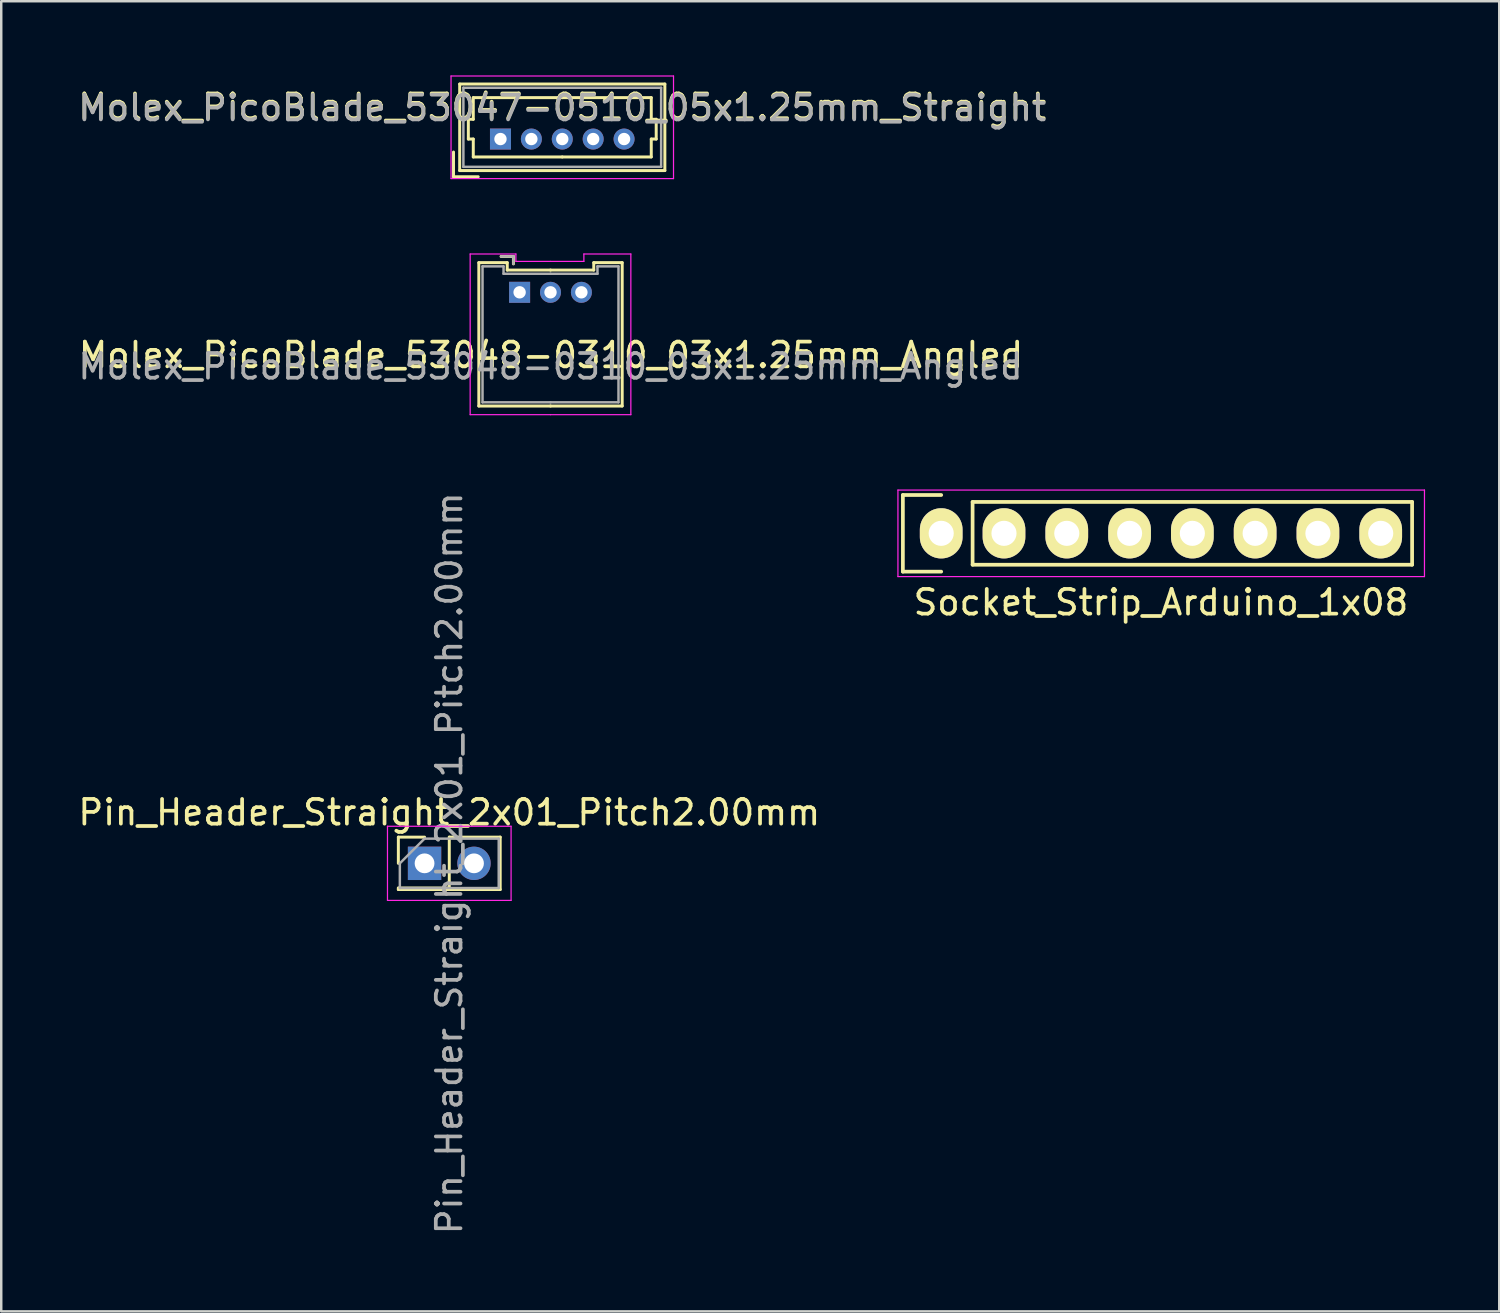
<source format=kicad_pcb>
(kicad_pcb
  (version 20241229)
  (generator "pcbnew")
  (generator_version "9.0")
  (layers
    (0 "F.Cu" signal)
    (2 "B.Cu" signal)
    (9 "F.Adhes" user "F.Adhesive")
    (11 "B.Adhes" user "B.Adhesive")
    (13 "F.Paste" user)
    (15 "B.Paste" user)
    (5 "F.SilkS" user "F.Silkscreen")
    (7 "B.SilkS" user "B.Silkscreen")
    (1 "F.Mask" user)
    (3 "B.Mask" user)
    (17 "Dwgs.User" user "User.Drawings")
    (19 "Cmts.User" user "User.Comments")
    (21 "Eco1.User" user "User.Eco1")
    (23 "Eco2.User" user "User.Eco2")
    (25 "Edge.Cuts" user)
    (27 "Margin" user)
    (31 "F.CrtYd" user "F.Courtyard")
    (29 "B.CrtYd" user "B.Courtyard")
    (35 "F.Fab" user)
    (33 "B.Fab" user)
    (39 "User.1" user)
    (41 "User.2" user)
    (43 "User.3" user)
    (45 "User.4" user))
  (footprint "Socket_Strip_Arduino_1x08"
    (layer "F.Cu")
    (at 35.025 18.525)
    (property "Reference" "Socket_Strip_Arduino_1x08" (at 8.89 2.794 0) (layer "F.SilkS") (effects (font (size 1 1) (thickness 0.15))))
    (attr through_hole)
    (fp_line (start -1.55 -1.55) (end -1.55 1.55) (stroke (width 0.15) (type solid)) (layer "F.SilkS"))
    (fp_line (start -1.55 1.55) (end 0 1.55) (stroke (width 0.15) (type solid)) (layer "F.SilkS"))
    (fp_line (start 0 -1.55) (end -1.55 -1.55) (stroke (width 0.15) (type solid)) (layer "F.SilkS"))
    (fp_line (start 1.27 1.27) (end 1.27 -1.27) (stroke (width 0.15) (type solid)) (layer "F.SilkS"))
    (fp_line (start 1.27 1.27) (end 19.05 1.27) (stroke (width 0.15) (type solid)) (layer "F.SilkS"))
    (fp_line (start 19.05 -1.27) (end 1.27 -1.27) (stroke (width 0.15) (type solid)) (layer "F.SilkS"))
    (fp_line (start 19.05 1.27) (end 19.05 -1.27) (stroke (width 0.15) (type solid)) (layer "F.SilkS"))
    (fp_line (start -1.75 -1.75) (end -1.75 1.75) (stroke (width 0.05) (type solid)) (layer "F.CrtYd"))
    (fp_line (start -1.75 -1.75) (end 19.55 -1.75) (stroke (width 0.05) (type solid)) (layer "F.CrtYd"))
    (fp_line (start -1.75 1.75) (end 19.55 1.75) (stroke (width 0.05) (type solid)) (layer "F.CrtYd"))
    (fp_line (start 19.55 -1.75) (end 19.55 1.75) (stroke (width 0.05) (type solid)) (layer "F.CrtYd"))
    (pad "1" thru_hole oval (at 0 0) (size 1.727 2.032) (drill 1.016) (layers "*.Cu" "*.Mask" "F.SilkS"))
    (pad "2" thru_hole oval (at 2.54 0) (size 1.727 2.032) (drill 1.016) (layers "*.Cu" "*.Mask" "F.SilkS"))
    (pad "3" thru_hole oval (at 5.08 0) (size 1.727 2.032) (drill 1.016) (layers "*.Cu" "*.Mask" "F.SilkS"))
    (pad "4" thru_hole oval (at 7.62 0) (size 1.727 2.032) (drill 1.016) (layers "*.Cu" "*.Mask" "F.SilkS"))
    (pad "5" thru_hole oval (at 10.16 0) (size 1.727 2.032) (drill 1.016) (layers "*.Cu" "*.Mask" "F.SilkS"))
    (pad "6" thru_hole oval (at 12.7 0) (size 1.727 2.032) (drill 1.016) (layers "*.Cu" "*.Mask" "F.SilkS"))
    (pad "7" thru_hole oval (at 15.24 0) (size 1.727 2.032) (drill 1.016) (layers "*.Cu" "*.Mask" "F.SilkS"))
    (pad "8" thru_hole oval (at 17.78 0) (size 1.727 2.032) (drill 1.016) (layers "*.Cu" "*.Mask" "F.SilkS")))
  (footprint "Molex_PicoBlade_53047-0510_05x1.25mm_Straight"
    (layer "F.Cu")
    (at 17.196 2.575)
    (property "Reference" "Molex_PicoBlade_53047-0510_05x1.25mm_Straight" (at 2.5 -1.3 0) (layer "F.SilkS") (effects (font (size 1 1) (thickness 0.15))))
    (attr through_hole)
    (fp_line (start -1.9 1.525) (end -1.9 0.525) (stroke (width 0.12) (type solid)) (layer "F.SilkS"))
    (fp_line (start -1.9 1.525) (end -0.9 1.525) (stroke (width 0.12) (type solid)) (layer "F.SilkS"))
    (fp_line (start -1.65 -2.225) (end -1.65 1.275) (stroke (width 0.12) (type solid)) (layer "F.SilkS"))
    (fp_line (start -1.65 1.275) (end 6.65 1.275) (stroke (width 0.12) (type solid)) (layer "F.SilkS"))
    (fp_line (start -1.3 -0.8) (end -1.1 -0.8) (stroke (width 0.12) (type solid)) (layer "F.SilkS"))
    (fp_line (start -1.3 0) (end -1.3 -0.8) (stroke (width 0.12) (type solid)) (layer "F.SilkS"))
    (fp_line (start -1.1 -1.675) (end 2.5 -1.675) (stroke (width 0.12) (type solid)) (layer "F.SilkS"))
    (fp_line (start -1.1 -0.8) (end -1.1 -1.675) (stroke (width 0.12) (type solid)) (layer "F.SilkS"))
    (fp_line (start -1.1 0) (end -1.3 0) (stroke (width 0.12) (type solid)) (layer "F.SilkS"))
    (fp_line (start -1.1 0.725) (end -1.1 0) (stroke (width 0.12) (type solid)) (layer "F.SilkS"))
    (fp_line (start 2.5 0.725) (end -1.1 0.725) (stroke (width 0.12) (type solid)) (layer "F.SilkS"))
    (fp_line (start 2.5 0.725) (end 6.1 0.725) (stroke (width 0.12) (type solid)) (layer "F.SilkS"))
    (fp_line (start 6.1 -1.675) (end 2.5 -1.675) (stroke (width 0.12) (type solid)) (layer "F.SilkS"))
    (fp_line (start 6.1 -0.8) (end 6.1 -1.675) (stroke (width 0.12) (type solid)) (layer "F.SilkS"))
    (fp_line (start 6.1 0) (end 6.3 0) (stroke (width 0.12) (type solid)) (layer "F.SilkS"))
    (fp_line (start 6.1 0.725) (end 6.1 0) (stroke (width 0.12) (type solid)) (layer "F.SilkS"))
    (fp_line (start 6.3 -0.8) (end 6.1 -0.8) (stroke (width 0.12) (type solid)) (layer "F.SilkS"))
    (fp_line (start 6.3 0) (end 6.3 -0.8) (stroke (width 0.12) (type solid)) (layer "F.SilkS"))
    (fp_line (start 6.65 -2.225) (end -1.65 -2.225) (stroke (width 0.12) (type solid)) (layer "F.SilkS"))
    (fp_line (start 6.65 1.275) (end 6.65 -2.225) (stroke (width 0.12) (type solid)) (layer "F.SilkS"))
    (fp_line (start -2 -2.55) (end -2 1.6) (stroke (width 0.05) (type solid)) (layer "F.CrtYd"))
    (fp_line (start -2 1.6) (end 7 1.6) (stroke (width 0.05) (type solid)) (layer "F.CrtYd"))
    (fp_line (start 7 -2.55) (end -2 -2.55) (stroke (width 0.05) (type solid)) (layer "F.CrtYd"))
    (fp_line (start 7 1.6) (end 7 -2.55) (stroke (width 0.05) (type solid)) (layer "F.CrtYd"))
    (fp_line (start -1.5 -2.075) (end -1.5 1.125) (stroke (width 0.1) (type solid)) (layer "F.Fab"))
    (fp_line (start -1.5 1.125) (end 6.5 1.125) (stroke (width 0.1) (type solid)) (layer "F.Fab"))
    (fp_line (start 6.5 -2.075) (end -1.5 -2.075) (stroke (width 0.1) (type solid)) (layer "F.Fab"))
    (fp_line (start 6.5 1.125) (end 6.5 -2.075) (stroke (width 0.1) (type solid)) (layer "F.Fab"))
    (fp_text user "${REFERENCE}" (at 2.5 -1.25 0) (layer "F.Fab") (effects (font (size 1 1) (thickness 0.15))))
    (pad "1" thru_hole rect (at 0 0) (size 0.85 0.85) (drill 0.5) (layers "*.Cu" "*.Mask"))
    (pad "2" thru_hole circle (at 1.25 0) (size 0.85 0.85) (drill 0.5) (layers "*.Cu" "*.Mask"))
    (pad "3" thru_hole circle (at 2.5 0) (size 0.85 0.85) (drill 0.5) (layers "*.Cu" "*.Mask"))
    (pad "4" thru_hole circle (at 3.75 0) (size 0.85 0.85) (drill 0.5) (layers "*.Cu" "*.Mask"))
    (pad "5" thru_hole circle (at 5 0) (size 0.85 0.85) (drill 0.5) (layers "*.Cu" "*.Mask")))
  (footprint "Pin_Header_Straight_2x01_Pitch2.00mm"
    (layer "F.Cu")
    (at 14.125 31.875)
    (property "Reference" "Pin_Header_Straight_2x01_Pitch2.00mm" (at 1 -2.06 0) (layer "F.SilkS") (effects (font (size 1 1) (thickness 0.15))))
    (attr through_hole)
    (fp_line (start -1.06 -1.06) (end 0 -1.06) (stroke (width 0.12) (type solid)) (layer "F.SilkS"))
    (fp_line (start -1.06 0) (end -1.06 -1.06) (stroke (width 0.12) (type solid)) (layer "F.SilkS"))
    (fp_line (start -1.06 1) (end -1.06 1.06) (stroke (width 0.12) (type solid)) (layer "F.SilkS"))
    (fp_line (start -1.06 1) (end 1 1) (stroke (width 0.12) (type solid)) (layer "F.SilkS"))
    (fp_line (start -1.06 1.06) (end 3.06 1.06) (stroke (width 0.12) (type solid)) (layer "F.SilkS"))
    (fp_line (start 1 -1.06) (end 3.06 -1.06) (stroke (width 0.12) (type solid)) (layer "F.SilkS"))
    (fp_line (start 1 1) (end 1 -1.06) (stroke (width 0.12) (type solid)) (layer "F.SilkS"))
    (fp_line (start 3.06 -1.06) (end 3.06 1.06) (stroke (width 0.12) (type solid)) (layer "F.SilkS"))
    (fp_line (start -1.5 -1.5) (end -1.5 1.5) (stroke (width 0.05) (type solid)) (layer "F.CrtYd"))
    (fp_line (start -1.5 1.5) (end 3.5 1.5) (stroke (width 0.05) (type solid)) (layer "F.CrtYd"))
    (fp_line (start 3.5 -1.5) (end -1.5 -1.5) (stroke (width 0.05) (type solid)) (layer "F.CrtYd"))
    (fp_line (start 3.5 1.5) (end 3.5 -1.5) (stroke (width 0.05) (type solid)) (layer "F.CrtYd"))
    (fp_line (start -1 0) (end 0 -1) (stroke (width 0.1) (type solid)) (layer "F.Fab"))
    (fp_line (start -1 1) (end -1 0) (stroke (width 0.1) (type solid)) (layer "F.Fab"))
    (fp_line (start 0 -1) (end 3 -1) (stroke (width 0.1) (type solid)) (layer "F.Fab"))
    (fp_line (start 3 -1) (end 3 1) (stroke (width 0.1) (type solid)) (layer "F.Fab"))
    (fp_line (start 3 1) (end -1 1) (stroke (width 0.1) (type solid)) (layer "F.Fab"))
    (fp_text user "${REFERENCE}" (at 1 0 90) (layer "F.Fab") (effects (font (size 1 1) (thickness 0.15))))
    (pad "1" thru_hole rect (at 0 0) (size 1.35 1.35) (drill 0.8) (layers "*.Cu" "*.Mask"))
    (pad "2" thru_hole oval (at 2 0) (size 1.35 1.35) (drill 0.8) (layers "*.Cu" "*.Mask")))
  (footprint "Molex_PicoBlade_53048-0310_03x1.25mm_Angled"
    (layer "F.Cu")
    (at 17.97 8.775)
    (property "Reference" "Molex_PicoBlade_53048-0310_03x1.25mm_Angled" (at 1.27 2.54 0) (layer "F.SilkS") (effects (font (size 1 1) (thickness 0.15))))
    (attr through_hole)
    (fp_line (start -1.65 -1.2) (end -1.65 4.6) (stroke (width 0.12) (type solid)) (layer "F.SilkS"))
    (fp_line (start -1.65 4.6) (end 1.25 4.6) (stroke (width 0.12) (type solid)) (layer "F.SilkS"))
    (fp_line (start -0.5 -1.2) (end -1.65 -1.2) (stroke (width 0.12) (type solid)) (layer "F.SilkS"))
    (fp_line (start -0.5 -0.9) (end -0.5 -1.2) (stroke (width 0.12) (type solid)) (layer "F.SilkS"))
    (fp_line (start -0.25 -1.45) (end -0.75 -1.45) (stroke (width 0.12) (type solid)) (layer "F.SilkS"))
    (fp_line (start -0.25 -1.15) (end -0.25 -1.45) (stroke (width 0.12) (type solid)) (layer "F.SilkS"))
    (fp_line (start 1.25 -0.9) (end -0.5 -0.9) (stroke (width 0.12) (type solid)) (layer "F.SilkS"))
    (fp_line (start 1.25 -0.9) (end 3 -0.9) (stroke (width 0.12) (type solid)) (layer "F.SilkS"))
    (fp_line (start 3 -1.2) (end 4.15 -1.2) (stroke (width 0.12) (type solid)) (layer "F.SilkS"))
    (fp_line (start 3 -0.9) (end 3 -1.2) (stroke (width 0.12) (type solid)) (layer "F.SilkS"))
    (fp_line (start 4.15 -1.2) (end 4.15 4.6) (stroke (width 0.12) (type solid)) (layer "F.SilkS"))
    (fp_line (start 4.15 4.6) (end 1.25 4.6) (stroke (width 0.12) (type solid)) (layer "F.SilkS"))
    (fp_line (start -2 -1.55) (end -2 4.95) (stroke (width 0.05) (type solid)) (layer "F.CrtYd"))
    (fp_line (start -2 4.95) (end 1.25 4.95) (stroke (width 0.05) (type solid)) (layer "F.CrtYd"))
    (fp_line (start -0.15 -1.55) (end -2 -1.55) (stroke (width 0.05) (type solid)) (layer "F.CrtYd"))
    (fp_line (start -0.15 -1.25) (end -0.15 -1.55) (stroke (width 0.05) (type solid)) (layer "F.CrtYd"))
    (fp_line (start 1.25 -1.25) (end -0.15 -1.25) (stroke (width 0.05) (type solid)) (layer "F.CrtYd"))
    (fp_line (start 1.25 -1.25) (end 2.6 -1.25) (stroke (width 0.05) (type solid)) (layer "F.CrtYd"))
    (fp_line (start 2.6 -1.55) (end 4.5 -1.55) (stroke (width 0.05) (type solid)) (layer "F.CrtYd"))
    (fp_line (start 2.6 -1.25) (end 2.6 -1.55) (stroke (width 0.05) (type solid)) (layer "F.CrtYd"))
    (fp_line (start 4.5 -1.55) (end 4.5 4.95) (stroke (width 0.05) (type solid)) (layer "F.CrtYd"))
    (fp_line (start 4.5 4.95) (end 1.25 4.95) (stroke (width 0.05) (type solid)) (layer "F.CrtYd"))
    (fp_line (start -1.5 -1.05) (end -1.5 4.45) (stroke (width 0.1) (type solid)) (layer "F.Fab"))
    (fp_line (start -1.5 4.45) (end 1.25 4.45) (stroke (width 0.1) (type solid)) (layer "F.Fab"))
    (fp_line (start -0.65 -1.05) (end -1.5 -1.05) (stroke (width 0.1) (type solid)) (layer "F.Fab"))
    (fp_line (start -0.65 -0.75) (end -0.65 -1.05) (stroke (width 0.1) (type solid)) (layer "F.Fab"))
    (fp_line (start -0.25 -1.45) (end -0.75 -1.45) (stroke (width 0.1) (type solid)) (layer "F.Fab"))
    (fp_line (start -0.25 -1.15) (end -0.25 -1.45) (stroke (width 0.1) (type solid)) (layer "F.Fab"))
    (fp_line (start 1.25 -0.75) (end -0.65 -0.75) (stroke (width 0.1) (type solid)) (layer "F.Fab"))
    (fp_line (start 1.25 -0.75) (end 3.15 -0.75) (stroke (width 0.1) (type solid)) (layer "F.Fab"))
    (fp_line (start 3.15 -1.05) (end 4 -1.05) (stroke (width 0.1) (type solid)) (layer "F.Fab"))
    (fp_line (start 3.15 -0.75) (end 3.15 -1.05) (stroke (width 0.1) (type solid)) (layer "F.Fab"))
    (fp_line (start 4 -1.05) (end 4 4.45) (stroke (width 0.1) (type solid)) (layer "F.Fab"))
    (fp_line (start 4 4.45) (end 1.25 4.45) (stroke (width 0.1) (type solid)) (layer "F.Fab"))
    (fp_text user "${REFERENCE}" (at 1.25 3 0) (layer "F.Fab") (effects (font (size 1 1) (thickness 0.15))))
    (pad "1" thru_hole rect (at 0 0) (size 0.85 0.85) (drill 0.5) (layers "*.Cu" "*.Mask"))
    (pad "2" thru_hole circle (at 1.25 0) (size 0.85 0.85) (drill 0.5) (layers "*.Cu" "*.Mask"))
    (pad "3" thru_hole circle (at 2.5 0) (size 0.85 0.85) (drill 0.5) (layers "*.Cu" "*.Mask")))
  (gr_rect
    (start -3 -3)
    (end 57.6 50)
    (stroke (width 0.1) (type default))
    (fill no)
    (layer "Edge.Cuts")))
</source>
